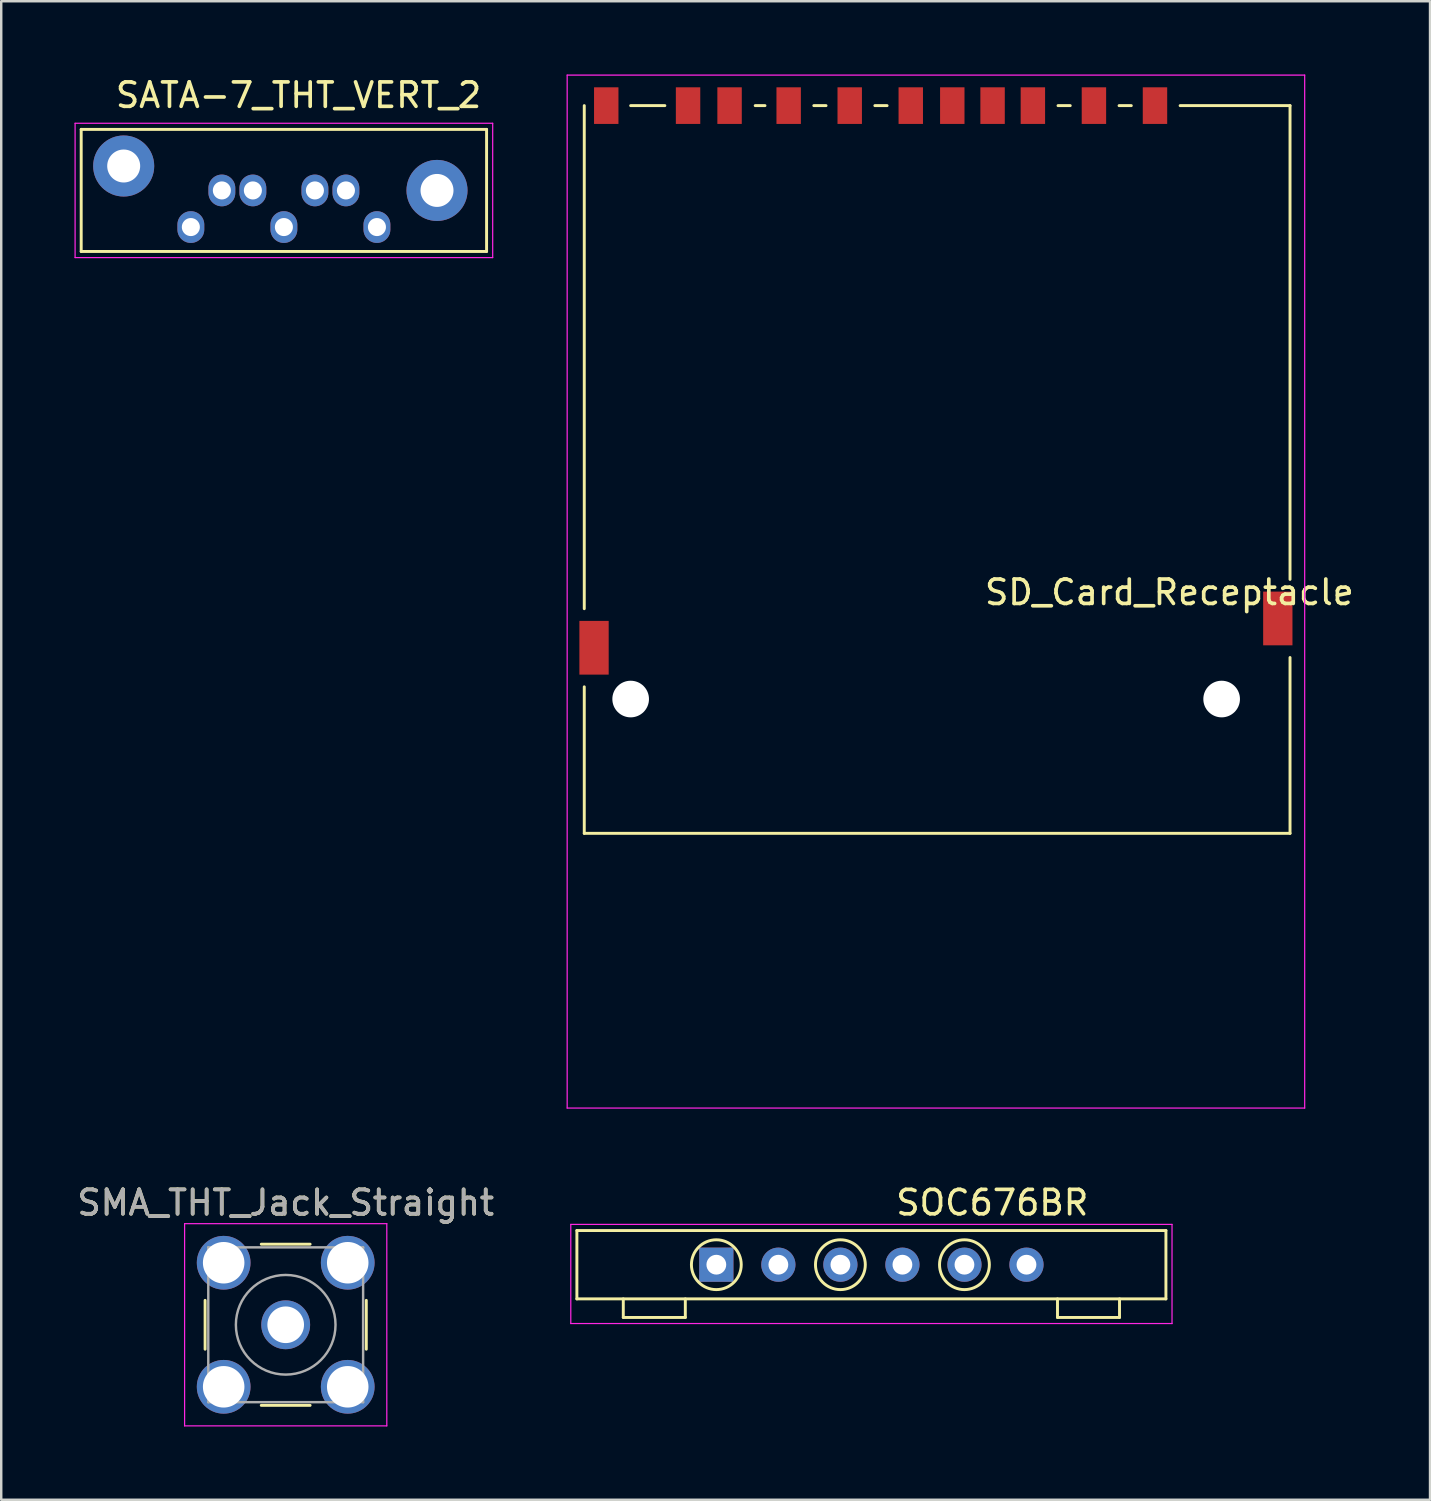
<source format=kicad_pcb>
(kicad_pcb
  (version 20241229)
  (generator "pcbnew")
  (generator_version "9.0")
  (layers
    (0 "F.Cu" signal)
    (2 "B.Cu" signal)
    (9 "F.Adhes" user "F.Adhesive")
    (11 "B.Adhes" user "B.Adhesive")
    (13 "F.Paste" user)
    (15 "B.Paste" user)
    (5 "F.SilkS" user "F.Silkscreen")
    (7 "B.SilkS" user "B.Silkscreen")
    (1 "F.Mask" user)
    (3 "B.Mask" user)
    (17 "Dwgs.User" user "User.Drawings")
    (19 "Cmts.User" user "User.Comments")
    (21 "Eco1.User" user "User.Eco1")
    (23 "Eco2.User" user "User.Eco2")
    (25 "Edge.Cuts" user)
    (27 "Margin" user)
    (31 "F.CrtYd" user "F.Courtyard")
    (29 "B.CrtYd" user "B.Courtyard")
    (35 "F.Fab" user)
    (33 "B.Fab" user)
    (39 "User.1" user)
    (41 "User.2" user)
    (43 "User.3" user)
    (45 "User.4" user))
  (footprint "SOC676BR"
    (layer "F.Cu")
    (at 26.283 48.738)
    (property "Reference" "SOC676BR" (at 11.3 -2.54 0) (layer "F.SilkS") (effects (font (size 1 1) (thickness 0.15))))
    (attr through_hole)
    (fp_line (start -5.71 -1.4) (end 18.41 -1.4) (stroke (width 0.12) (type solid)) (layer "F.SilkS"))
    (fp_line (start -5.71 1.4) (end -5.71 -1.4) (stroke (width 0.12) (type solid)) (layer "F.SilkS"))
    (fp_line (start -3.81 2.16) (end -3.81 1.4) (stroke (width 0.12) (type solid)) (layer "F.SilkS"))
    (fp_line (start -1.27 2.16) (end -3.81 2.16) (stroke (width 0.12) (type solid)) (layer "F.SilkS"))
    (fp_line (start -1.27 2.16) (end -1.27 1.4) (stroke (width 0.12) (type solid)) (layer "F.SilkS"))
    (fp_line (start 13.97 1.4) (end 13.97 2.16) (stroke (width 0.12) (type solid)) (layer "F.SilkS"))
    (fp_line (start 13.97 2.16) (end 16.51 2.16) (stroke (width 0.12) (type solid)) (layer "F.SilkS"))
    (fp_line (start 16.51 2.16) (end 16.51 1.4) (stroke (width 0.12) (type solid)) (layer "F.SilkS"))
    (fp_line (start 18.41 -1.4) (end 18.41 1.4) (stroke (width 0.12) (type solid)) (layer "F.SilkS"))
    (fp_line (start 18.41 1.4) (end -5.71 1.4) (stroke (width 0.12) (type solid)) (layer "F.SilkS"))
    (fp_circle (center 0 0) (end 0 -1.02) (stroke (width 0.12) (type solid)) (fill no) (layer "F.SilkS"))
    (fp_circle (center 5.08 0) (end 5.08 -1.02) (stroke (width 0.12) (type solid)) (fill no) (layer "F.SilkS"))
    (fp_circle (center 10.16 0) (end 10.16 -1.02) (stroke (width 0.12) (type solid)) (fill no) (layer "F.SilkS"))
    (fp_line (start -5.96 -1.65) (end -5.96 2.41) (stroke (width 0.05) (type solid)) (layer "F.CrtYd"))
    (fp_line (start -5.96 -1.65) (end 18.66 -1.65) (stroke (width 0.05) (type solid)) (layer "F.CrtYd"))
    (fp_line (start 18.66 2.41) (end -5.96 2.41) (stroke (width 0.05) (type solid)) (layer "F.CrtYd"))
    (fp_line (start 18.66 2.41) (end 18.66 -1.65) (stroke (width 0.05) (type solid)) (layer "F.CrtYd"))
    (pad "1" thru_hole rect (at 0 0) (size 1.4 1.4) (drill 0.81) (layers "*.Cu" "*.Mask"))
    (pad "2" thru_hole circle (at 2.54 0) (size 1.4 1.4) (drill 0.81) (layers "*.Cu" "*.Mask"))
    (pad "3" thru_hole circle (at 5.08 0) (size 1.4 1.4) (drill 0.81) (layers "*.Cu" "*.Mask"))
    (pad "4" thru_hole circle (at 7.62 0) (size 1.4 1.4) (drill 0.81) (layers "*.Cu" "*.Mask"))
    (pad "5" thru_hole circle (at 10.16 0) (size 1.4 1.4) (drill 0.81) (layers "*.Cu" "*.Mask"))
    (pad "6" thru_hole circle (at 12.7 0) (size 1.4 1.4) (drill 0.81) (layers "*.Cu" "*.Mask")))
  (footprint "SD_Card_Receptacle"
    (layer "F.Cu")
    (at 35.275 13.425)
    (property "Reference" "SD_Card_Receptacle" (at 9.56 7.78 0) (layer "F.SilkS") (effects (font (size 1 1) (thickness 0.15))))
    (attr smd)
    (fp_line (start -14.4 8.45) (end -14.4 -12.15) (stroke (width 0.12) (type solid)) (layer "F.SilkS"))
    (fp_line (start -14.4 17.65) (end -14.4 11.65) (stroke (width 0.12) (type solid)) (layer "F.SilkS"))
    (fp_line (start -12.5 -12.15) (end -11.1 -12.15) (stroke (width 0.12) (type solid)) (layer "F.SilkS"))
    (fp_line (start -7.4 -12.15) (end -7 -12.15) (stroke (width 0.12) (type solid)) (layer "F.SilkS"))
    (fp_line (start -5 -12.15) (end -4.5 -12.15) (stroke (width 0.12) (type solid)) (layer "F.SilkS"))
    (fp_line (start -2.5 -12.15) (end -2 -12.15) (stroke (width 0.12) (type solid)) (layer "F.SilkS"))
    (fp_line (start 5 -12.15) (end 5.5 -12.15) (stroke (width 0.12) (type solid)) (layer "F.SilkS"))
    (fp_line (start 7.5 -12.15) (end 8 -12.15) (stroke (width 0.12) (type solid)) (layer "F.SilkS"))
    (fp_line (start 14.5 -12.15) (end 10 -12.15) (stroke (width 0.12) (type solid)) (layer "F.SilkS"))
    (fp_line (start 14.5 7.25) (end 14.5 -12.15) (stroke (width 0.12) (type solid)) (layer "F.SilkS"))
    (fp_line (start 14.5 17.65) (end -14.4 17.65) (stroke (width 0.12) (type solid)) (layer "F.SilkS"))
    (fp_line (start 14.5 17.65) (end 14.5 10.45) (stroke (width 0.12) (type solid)) (layer "F.SilkS"))
    (fp_line (start -15.1 -13.4) (end -15.1 28.9) (stroke (width 0.05) (type solid)) (layer "F.CrtYd"))
    (fp_line (start -15.1 28.9) (end 15.1 28.9) (stroke (width 0.05) (type solid)) (layer "F.CrtYd"))
    (fp_line (start 15.1 -13.4) (end -15.1 -13.4) (stroke (width 0.05) (type solid)) (layer "F.CrtYd"))
    (fp_line (start 15.1 28.9) (end 15.1 -13.4) (stroke (width 0.05) (type solid)) (layer "F.CrtYd"))
    (pad "" np_thru_hole circle (at -12.5 12.15) (size 1.5 1.5) (drill 1.5) (layers "*.Cu" "*.Mask"))
    (pad "" np_thru_hole circle (at 11.7 12.15) (size 1.5 1.5) (drill 1.5) (layers "*.Cu" "*.Mask"))
    (pad "1" smd rect (at 6.47 -12.15) (size 1 1.5) (layers "F.Cu" "F.Mask" "F.Paste"))
    (pad "2" smd rect (at 3.97 -12.15) (size 1 1.5) (layers "F.Cu" "F.Mask" "F.Paste"))
    (pad "3" smd rect (at 0.67 -12.15) (size 1 1.5) (layers "F.Cu" "F.Mask" "F.Paste"))
    (pad "4" smd rect (at -1.03 -12.15) (size 1 1.5) (layers "F.Cu" "F.Mask" "F.Paste"))
    (pad "5" smd rect (at -3.53 -12.15) (size 1 1.5) (layers "F.Cu" "F.Mask" "F.Paste"))
    (pad "6" smd rect (at -6.03 -12.15) (size 1 1.5) (layers "F.Cu" "F.Mask" "F.Paste"))
    (pad "7" smd rect (at -8.45 -12.15) (size 1 1.5) (layers "F.Cu" "F.Mask" "F.Paste"))
    (pad "8" smd rect (at -10.15 -12.15) (size 1 1.5) (layers "F.Cu" "F.Mask" "F.Paste"))
    (pad "9" smd rect (at 8.97 -12.15) (size 1 1.5) (layers "F.Cu" "F.Mask" "F.Paste"))
    (pad "10" smd rect (at 2.32 -12.15) (size 1 1.5) (layers "F.Cu" "F.Mask" "F.Paste"))
    (pad "11" smd rect (at -13.5 -12.15) (size 1 1.5) (layers "F.Cu" "F.Mask" "F.Paste"))
    (pad "12" smd rect (at 14 8.85) (size 1.2 2.2) (layers "F.Cu" "F.Mask" "F.Paste"))
    (pad "13" smd rect (at -14 10.05) (size 1.2 2.2) (layers "F.Cu" "F.Mask" "F.Paste")))
  (footprint "SMA_THT_Jack_Straight"
    (layer "F.Cu")
    (at 8.649 51.198)
    (property "Reference" "SMA_THT_Jack_Straight" (at 0 -5 0) (layer "F.SilkS") (effects (font (size 1 1) (thickness 0.15))))
    (attr through_hole)
    (fp_line (start -3.3 -1) (end -3.3 1) (stroke (width 0.12) (type solid)) (layer "F.SilkS"))
    (fp_line (start -1 -3.3) (end 1 -3.3) (stroke (width 0.12) (type solid)) (layer "F.SilkS"))
    (fp_line (start -1 3.3) (end 1 3.3) (stroke (width 0.12) (type solid)) (layer "F.SilkS"))
    (fp_line (start 3.3 -1) (end 3.3 1) (stroke (width 0.12) (type solid)) (layer "F.SilkS"))
    (fp_line (start -4.14 -4.14) (end -4.14 4.14) (stroke (width 0.05) (type solid)) (layer "F.CrtYd"))
    (fp_line (start -4.14 -4.14) (end 4.14 -4.14) (stroke (width 0.05) (type solid)) (layer "F.CrtYd"))
    (fp_line (start 4.14 4.14) (end -4.14 4.14) (stroke (width 0.05) (type solid)) (layer "F.CrtYd"))
    (fp_line (start 4.14 4.14) (end 4.14 -4.14) (stroke (width 0.05) (type solid)) (layer "F.CrtYd"))
    (fp_line (start -3.17 -3.17) (end -3.17 3.17) (stroke (width 0.1) (type solid)) (layer "F.Fab"))
    (fp_line (start -3.17 -3.17) (end 3.17 -3.17) (stroke (width 0.1) (type solid)) (layer "F.Fab"))
    (fp_line (start -3.17 3.17) (end 3.17 3.17) (stroke (width 0.1) (type solid)) (layer "F.Fab"))
    (fp_line (start -3.05 -3.05) (end -3.05 -2.03) (stroke (width 0.1) (type solid)) (layer "F.Fab"))
    (fp_line (start -3.05 -3.05) (end -2.03 -3.05) (stroke (width 0.1) (type solid)) (layer "F.Fab"))
    (fp_line (start -3.05 -2.03) (end -2.03 -2.03) (stroke (width 0.1) (type solid)) (layer "F.Fab"))
    (fp_line (start -3.05 2.03) (end -2.03 2.03) (stroke (width 0.1) (type solid)) (layer "F.Fab"))
    (fp_line (start -3.05 3.05) (end -3.05 2.03) (stroke (width 0.1) (type solid)) (layer "F.Fab"))
    (fp_line (start -3.05 3.05) (end -2.03 3.05) (stroke (width 0.1) (type solid)) (layer "F.Fab"))
    (fp_line (start -2.03 -3.05) (end -2.03 -2.03) (stroke (width 0.1) (type solid)) (layer "F.Fab"))
    (fp_line (start -2.03 2.03) (end -2.03 3.05) (stroke (width 0.1) (type solid)) (layer "F.Fab"))
    (fp_line (start 2.03 -3.05) (end 2.03 -2.03) (stroke (width 0.1) (type solid)) (layer "F.Fab"))
    (fp_line (start 2.03 -3.05) (end 3.05 -3.05) (stroke (width 0.1) (type solid)) (layer "F.Fab"))
    (fp_line (start 2.03 -2.03) (end 3.05 -2.03) (stroke (width 0.1) (type solid)) (layer "F.Fab"))
    (fp_line (start 2.03 2.03) (end 2.03 3.05) (stroke (width 0.1) (type solid)) (layer "F.Fab"))
    (fp_line (start 2.03 3.05) (end 3.05 3.05) (stroke (width 0.1) (type solid)) (layer "F.Fab"))
    (fp_line (start 3.05 -3.05) (end 3.05 -2.03) (stroke (width 0.1) (type solid)) (layer "F.Fab"))
    (fp_line (start 3.05 2.03) (end 2.03 2.03) (stroke (width 0.1) (type solid)) (layer "F.Fab"))
    (fp_line (start 3.05 2.03) (end 3.05 3.05) (stroke (width 0.1) (type solid)) (layer "F.Fab"))
    (fp_line (start 3.17 -3.17) (end 3.17 3.17) (stroke (width 0.1) (type solid)) (layer "F.Fab"))
    (fp_circle (center 0 0) (end 0.635 0) (stroke (width 0.1) (type solid)) (fill no) (layer "F.Fab"))
    (fp_circle (center 0 0) (end 2.04 0) (stroke (width 0.1) (type solid)) (fill no) (layer "F.Fab"))
    (fp_text user "${REFERENCE}" (at 0 -5 0) (layer "F.Fab") (effects (font (size 1 1) (thickness 0.15))))
    (pad "1" thru_hole circle (at 0 0) (size 2 2) (drill 1.5) (layers "*.Cu" "*.Mask"))
    (pad "2" thru_hole circle (at -2.54 -2.54) (size 2.2 2.2) (drill 1.7) (layers "*.Cu" "*.Mask"))
    (pad "2" thru_hole circle (at -2.54 2.54) (size 2.2 2.2) (drill 1.7) (layers "*.Cu" "*.Mask"))
    (pad "2" thru_hole circle (at 2.54 -2.54) (size 2.2 2.2) (drill 1.7) (layers "*.Cu" "*.Mask"))
    (pad "2" thru_hole circle (at 2.54 2.54) (size 2.2 2.2) (drill 1.7) (layers "*.Cu" "*.Mask")))
  (footprint "SATA-7_THT_VERT_2"
    (layer "F.Cu")
    (at 12.385 6.248)
    (property "Reference" "SATA-7_THT_VERT_2" (at -3.21 -5.4 0) (layer "F.SilkS") (effects (font (size 1 1) (thickness 0.15))))
    (attr through_hole)
    (fp_line (start -12.11 -4) (end 4.49 -4) (stroke (width 0.12) (type solid)) (layer "F.SilkS"))
    (fp_line (start -12.11 1) (end -12.11 -4) (stroke (width 0.12) (type solid)) (layer "F.SilkS"))
    (fp_line (start 4.49 -4) (end 4.49 1) (stroke (width 0.12) (type solid)) (layer "F.SilkS"))
    (fp_line (start 4.49 1) (end -12.11 1) (stroke (width 0.12) (type solid)) (layer "F.SilkS"))
    (fp_line (start -12.36 -4.25) (end -12.36 1.25) (stroke (width 0.05) (type solid)) (layer "F.CrtYd"))
    (fp_line (start -12.36 -4.25) (end 4.74 -4.25) (stroke (width 0.05) (type solid)) (layer "F.CrtYd"))
    (fp_line (start 4.74 1.25) (end -12.36 1.25) (stroke (width 0.05) (type solid)) (layer "F.CrtYd"))
    (fp_line (start 4.74 1.25) (end 4.74 -4.25) (stroke (width 0.05) (type solid)) (layer "F.CrtYd"))
    (pad "1" thru_hole oval (at 0 0) (size 1.1 1.3) (drill 0.74) (layers "*.Cu" "*.Mask"))
    (pad "2" thru_hole oval (at -1.27 -1.5) (size 1.1 1.3) (drill 0.74) (layers "*.Cu" "*.Mask"))
    (pad "3" thru_hole oval (at -2.54 -1.5) (size 1.1 1.3) (drill 0.74) (layers "*.Cu" "*.Mask"))
    (pad "4" thru_hole oval (at -3.81 0) (size 1.1 1.3) (drill 0.74) (layers "*.Cu" "*.Mask"))
    (pad "5" thru_hole oval (at -5.08 -1.5) (size 1.1 1.3) (drill 0.74) (layers "*.Cu" "*.Mask"))
    (pad "6" thru_hole oval (at -6.35 -1.5) (size 1.1 1.3) (drill 0.74) (layers "*.Cu" "*.Mask"))
    (pad "7" thru_hole oval (at -7.62 0) (size 1.1 1.3) (drill 0.74) (layers "*.Cu" "*.Mask"))
    (pad "8" thru_hole circle (at -10.37 -2.5) (size 2.5 2.5) (drill 1.35) (layers "*.Cu" "*.Mask"))
    (pad "9" thru_hole circle (at 2.46 -1.5) (size 2.5 2.5) (drill 1.35) (layers "*.Cu" "*.Mask")))
  (gr_rect
    (start -3 -3)
    (end 55.508 58.363)
    (stroke (width 0.1) (type default))
    (fill no)
    (layer "Edge.Cuts")))
</source>
